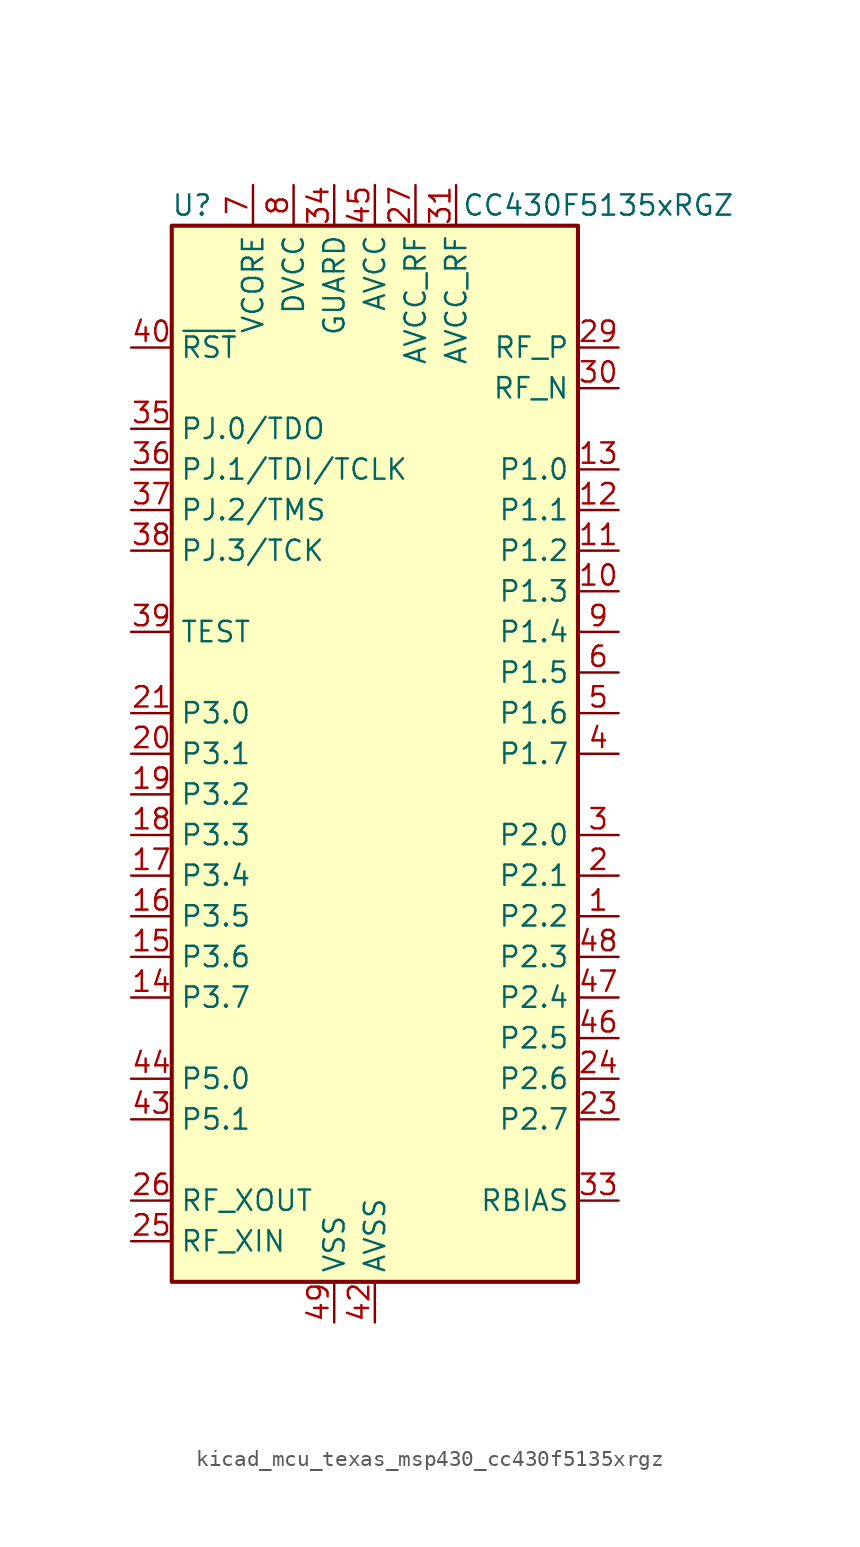
<source format=kicad_sym>
(kicad_symbol_lib
  (version 20220914)
  (generator kicad_symbol_editor)
  (symbol "kicad_mcu_texas_msp430_cc430f5135xrgz"
    (property "Reference" "U"
      (at -11.43 34.29 0)
      (effects (font (size 1.27 1.27))))
    (property "Value" "CC430F5135xRGZ"
      (at 13.97 34.29 0)
      (effects (font (size 1.27 1.27))))
    (symbol "kicad_mcu_texas_msp430_cc430f5135xrgz_0_1"
      (rectangle (start -12.7 33.02) (end 12.7 -33.02) (stroke (width 0.254) (type default)) (fill (type background))))
    (symbol "kicad_mcu_texas_msp430_cc430f5135xrgz_1_1"
      (pin bidirectional line (at 15.24 -10.16 180) (length 2.54) (name "P2.2" (effects (font (size 1.27 1.27)))) (number "1" (effects (font (size 1.27 1.27)))))
      (pin bidirectional line (at 15.24 10.16 180) (length 2.54) (name "P1.3" (effects (font (size 1.27 1.27)))) (number "10" (effects (font (size 1.27 1.27)))))
      (pin bidirectional line (at 15.24 12.7 180) (length 2.54) (name "P1.2" (effects (font (size 1.27 1.27)))) (number "11" (effects (font (size 1.27 1.27)))))
      (pin bidirectional line (at 15.24 15.24 180) (length 2.54) (name "P1.1" (effects (font (size 1.27 1.27)))) (number "12" (effects (font (size 1.27 1.27)))))
      (pin bidirectional line (at 15.24 17.78 180) (length 2.54) (name "P1.0" (effects (font (size 1.27 1.27)))) (number "13" (effects (font (size 1.27 1.27)))))
      (pin bidirectional line (at -15.24 -15.24 0) (length 2.54) (name "P3.7" (effects (font (size 1.27 1.27)))) (number "14" (effects (font (size 1.27 1.27)))))
      (pin bidirectional line (at -15.24 -12.7 0) (length 2.54) (name "P3.6" (effects (font (size 1.27 1.27)))) (number "15" (effects (font (size 1.27 1.27)))))
      (pin bidirectional line (at -15.24 -10.16 0) (length 2.54) (name "P3.5" (effects (font (size 1.27 1.27)))) (number "16" (effects (font (size 1.27 1.27)))))
      (pin bidirectional line (at -15.24 -7.62 0) (length 2.54) (name "P3.4" (effects (font (size 1.27 1.27)))) (number "17" (effects (font (size 1.27 1.27)))))
      (pin bidirectional line (at -15.24 -5.08 0) (length 2.54) (name "P3.3" (effects (font (size 1.27 1.27)))) (number "18" (effects (font (size 1.27 1.27)))))
      (pin bidirectional line (at -15.24 -2.54 0) (length 2.54) (name "P3.2" (effects (font (size 1.27 1.27)))) (number "19" (effects (font (size 1.27 1.27)))))
      (pin bidirectional line (at 15.24 -7.62 180) (length 2.54) (name "P2.1" (effects (font (size 1.27 1.27)))) (number "2" (effects (font (size 1.27 1.27)))))
      (pin bidirectional line (at -15.24 0 0) (length 2.54) (name "P3.1" (effects (font (size 1.27 1.27)))) (number "20" (effects (font (size 1.27 1.27)))))
      (pin bidirectional line (at -15.24 2.54 0) (length 2.54) (name "P3.0" (effects (font (size 1.27 1.27)))) (number "21" (effects (font (size 1.27 1.27)))))
      (pin passive line (at -5.08 35.56 270) (length 2.54) hide (name "DVCC" (effects (font (size 1.27 1.27)))) (number "22" (effects (font (size 1.27 1.27)))))
      (pin bidirectional line (at 15.24 -22.86 180) (length 2.54) (name "P2.7" (effects (font (size 1.27 1.27)))) (number "23" (effects (font (size 1.27 1.27)))))
      (pin bidirectional line (at 15.24 -20.32 180) (length 2.54) (name "P2.6" (effects (font (size 1.27 1.27)))) (number "24" (effects (font (size 1.27 1.27)))))
      (pin input line (at -15.24 -30.48 0) (length 2.54) (name "RF_XIN" (effects (font (size 1.27 1.27)))) (number "25" (effects (font (size 1.27 1.27)))))
      (pin output line (at -15.24 -27.94 0) (length 2.54) (name "RF_XOUT" (effects (font (size 1.27 1.27)))) (number "26" (effects (font (size 1.27 1.27)))))
      (pin power_in line (at 2.54 35.56 270) (length 2.54) (name "AVCC_RF" (effects (font (size 1.27 1.27)))) (number "27" (effects (font (size 1.27 1.27)))))
      (pin passive line (at 2.54 35.56 270) (length 2.54) hide (name "AVCC_RF" (effects (font (size 1.27 1.27)))) (number "28" (effects (font (size 1.27 1.27)))))
      (pin passive line (at 15.24 25.4 180) (length 2.54) (name "RF_P" (effects (font (size 1.27 1.27)))) (number "29" (effects (font (size 1.27 1.27)))))
      (pin bidirectional line (at 15.24 -5.08 180) (length 2.54) (name "P2.0" (effects (font (size 1.27 1.27)))) (number "3" (effects (font (size 1.27 1.27)))))
      (pin passive line (at 15.24 22.86 180) (length 2.54) (name "RF_N" (effects (font (size 1.27 1.27)))) (number "30" (effects (font (size 1.27 1.27)))))
      (pin power_in line (at 5.08 35.56 270) (length 2.54) (name "AVCC_RF" (effects (font (size 1.27 1.27)))) (number "31" (effects (font (size 1.27 1.27)))))
      (pin passive line (at 5.08 35.56 270) (length 2.54) hide (name "AVCC_RF" (effects (font (size 1.27 1.27)))) (number "32" (effects (font (size 1.27 1.27)))))
      (pin passive line (at 15.24 -27.94 180) (length 2.54) (name "RBIAS" (effects (font (size 1.27 1.27)))) (number "33" (effects (font (size 1.27 1.27)))))
      (pin power_in line (at -2.54 35.56 270) (length 2.54) (name "GUARD" (effects (font (size 1.27 1.27)))) (number "34" (effects (font (size 1.27 1.27)))))
      (pin bidirectional line (at -15.24 20.32 0) (length 2.54) (name "PJ.0/TDO" (effects (font (size 1.27 1.27)))) (number "35" (effects (font (size 1.27 1.27)))))
      (pin bidirectional line (at -15.24 17.78 0) (length 2.54) (name "PJ.1/TDI/TCLK" (effects (font (size 1.27 1.27)))) (number "36" (effects (font (size 1.27 1.27)))))
      (pin bidirectional line (at -15.24 15.24 0) (length 2.54) (name "PJ.2/TMS" (effects (font (size 1.27 1.27)))) (number "37" (effects (font (size 1.27 1.27)))))
      (pin bidirectional line (at -15.24 12.7 0) (length 2.54) (name "PJ.3/TCK" (effects (font (size 1.27 1.27)))) (number "38" (effects (font (size 1.27 1.27)))))
      (pin bidirectional line (at -15.24 7.62 0) (length 2.54) (name "TEST" (effects (font (size 1.27 1.27)))) (number "39" (effects (font (size 1.27 1.27)))))
      (pin bidirectional line (at 15.24 0 180) (length 2.54) (name "P1.7" (effects (font (size 1.27 1.27)))) (number "4" (effects (font (size 1.27 1.27)))))
      (pin input line (at -15.24 25.4 0) (length 2.54) (name "~{RST}" (effects (font (size 1.27 1.27)))) (number "40" (effects (font (size 1.27 1.27)))))
      (pin passive line (at -5.08 35.56 270) (length 2.54) hide (name "DVCC" (effects (font (size 1.27 1.27)))) (number "41" (effects (font (size 1.27 1.27)))))
      (pin power_in line (at 0 -35.56 90) (length 2.54) (name "AVSS" (effects (font (size 1.27 1.27)))) (number "42" (effects (font (size 1.27 1.27)))))
      (pin bidirectional line (at -15.24 -22.86 0) (length 2.54) (name "P5.1" (effects (font (size 1.27 1.27)))) (number "43" (effects (font (size 1.27 1.27)))))
      (pin bidirectional line (at -15.24 -20.32 0) (length 2.54) (name "P5.0" (effects (font (size 1.27 1.27)))) (number "44" (effects (font (size 1.27 1.27)))))
      (pin power_in line (at 0 35.56 270) (length 2.54) (name "AVCC" (effects (font (size 1.27 1.27)))) (number "45" (effects (font (size 1.27 1.27)))))
      (pin bidirectional line (at 15.24 -17.78 180) (length 2.54) (name "P2.5" (effects (font (size 1.27 1.27)))) (number "46" (effects (font (size 1.27 1.27)))))
      (pin bidirectional line (at 15.24 -15.24 180) (length 2.54) (name "P2.4" (effects (font (size 1.27 1.27)))) (number "47" (effects (font (size 1.27 1.27)))))
      (pin bidirectional line (at 15.24 -12.7 180) (length 2.54) (name "P2.3" (effects (font (size 1.27 1.27)))) (number "48" (effects (font (size 1.27 1.27)))))
      (pin power_in line (at -2.54 -35.56 90) (length 2.54) (name "VSS" (effects (font (size 1.27 1.27)))) (number "49" (effects (font (size 1.27 1.27)))))
      (pin bidirectional line (at 15.24 2.54 180) (length 2.54) (name "P1.6" (effects (font (size 1.27 1.27)))) (number "5" (effects (font (size 1.27 1.27)))))
      (pin bidirectional line (at 15.24 5.08 180) (length 2.54) (name "P1.5" (effects (font (size 1.27 1.27)))) (number "6" (effects (font (size 1.27 1.27)))))
      (pin power_in line (at -7.62 35.56 270) (length 2.54) (name "VCORE" (effects (font (size 1.27 1.27)))) (number "7" (effects (font (size 1.27 1.27)))))
      (pin power_in line (at -5.08 35.56 270) (length 2.54) (name "DVCC" (effects (font (size 1.27 1.27)))) (number "8" (effects (font (size 1.27 1.27)))))
      (pin bidirectional line (at 15.24 7.62 180) (length 2.54) (name "P1.4" (effects (font (size 1.27 1.27)))) (number "9" (effects (font (size 1.27 1.27))))))))
</source>
